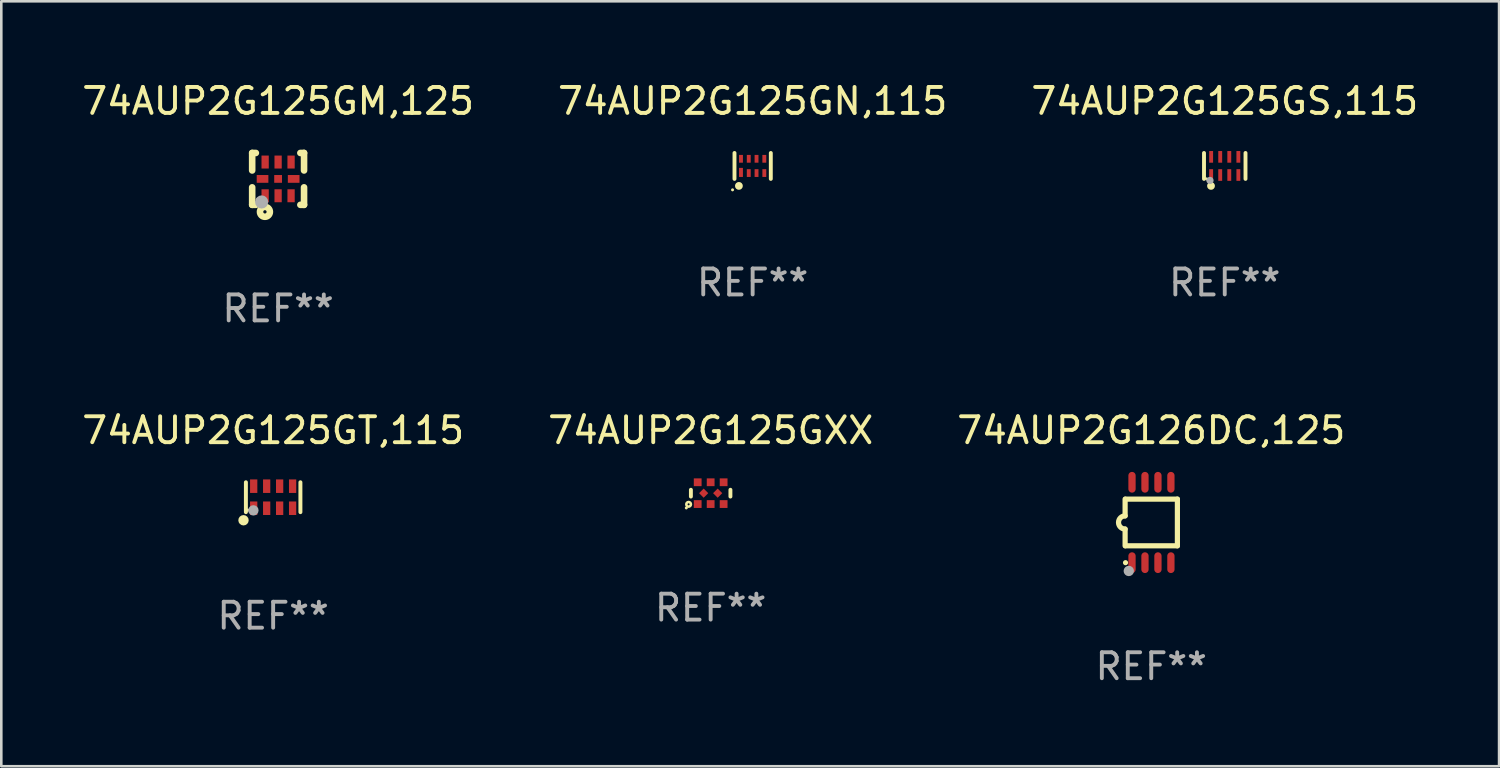
<source format=kicad_pcb>
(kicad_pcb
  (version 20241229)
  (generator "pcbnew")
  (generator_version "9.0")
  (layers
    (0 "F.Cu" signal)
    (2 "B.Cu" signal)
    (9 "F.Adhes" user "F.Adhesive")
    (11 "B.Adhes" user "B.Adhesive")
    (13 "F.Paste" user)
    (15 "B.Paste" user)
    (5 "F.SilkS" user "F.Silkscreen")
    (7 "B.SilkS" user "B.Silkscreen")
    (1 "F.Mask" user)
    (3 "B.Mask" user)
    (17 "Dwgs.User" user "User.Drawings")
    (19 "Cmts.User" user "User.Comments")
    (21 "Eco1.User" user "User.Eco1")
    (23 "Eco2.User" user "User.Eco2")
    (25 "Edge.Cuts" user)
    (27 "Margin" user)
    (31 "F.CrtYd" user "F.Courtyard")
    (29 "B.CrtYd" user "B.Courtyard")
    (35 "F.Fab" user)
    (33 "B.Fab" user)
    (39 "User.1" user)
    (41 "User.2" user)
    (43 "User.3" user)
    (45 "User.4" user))
  (footprint "74AUP2G125GN,115"
    (layer "F.Cu")
    (at 25.97 3.348)
    (property "Reference" "74AUP2G125GN,115" (at 0 -2.5 0) (layer "F.SilkS") (effects (font (size 1 1) (thickness 0.15))))
    (attr through_hole)
    (fp_line (start -0.7 -0.5) (end -0.7 0.5) (stroke (width 0.15) (type solid)) (layer "F.SilkS"))
    (fp_line (start 0.7 -0.5) (end 0.7 0.5) (stroke (width 0.15) (type solid)) (layer "F.SilkS"))
    (fp_circle (center -0.775 0.922) (end -0.745 0.922) (stroke (width 0.06) (type solid)) (fill no) (layer "F.SilkS"))
    (fp_circle (center -0.53 0.77) (end -0.454 0.77) (stroke (width 0.15) (type solid)) (fill no) (layer "F.SilkS"))
    (fp_text user "REF**" (at 0 4.5 0) (layer "F.Fab") (effects (font (size 1 1) (thickness 0.15))))
    (pad "1" smd rect (at -0.45 0.25) (size 0.15 0.35) (layers "F.Cu" "F.Mask" "F.Paste"))
    (pad "2" smd rect (at -0.15 0.275) (size 0.15 0.3) (layers "F.Cu" "F.Mask" "F.Paste"))
    (pad "3" smd rect (at 0.15 0.275) (size 0.15 0.3) (layers "F.Cu" "F.Mask" "F.Paste"))
    (pad "4" smd rect (at 0.45 0.275) (size 0.15 0.3) (layers "F.Cu" "F.Mask" "F.Paste"))
    (pad "5" smd rect (at 0.45 -0.275) (size 0.15 0.3) (layers "F.Cu" "F.Mask" "F.Paste"))
    (pad "6" smd rect (at 0.15 -0.275) (size 0.15 0.3) (layers "F.Cu" "F.Mask" "F.Paste"))
    (pad "7" smd rect (at -0.15 -0.275) (size 0.15 0.3) (layers "F.Cu" "F.Mask" "F.Paste"))
    (pad "8" smd rect (at -0.45 -0.275) (size 0.15 0.3) (layers "F.Cu" "F.Mask" "F.Paste")))
  (footprint "74AUP2G126DC,125"
    (layer "F.Cu")
    (at 41.339 17.095)
    (property "Reference" "74AUP2G126DC,125" (at 0 -3.55 0) (layer "F.SilkS") (effects (font (size 1 1) (thickness 0.15))))
    (attr through_hole)
    (fp_line (start -1.008 -0.254) (end -1.008 -0.9) (stroke (width 0.2) (type solid)) (layer "F.SilkS"))
    (fp_line (start -1.008 0.254) (end -1.008 0.9) (stroke (width 0.2) (type solid)) (layer "F.SilkS"))
    (fp_line (start -0.992 0.9) (end 1.008 0.9) (stroke (width 0.2) (type solid)) (layer "F.SilkS"))
    (fp_line (start 1.008 -0.9) (end -0.992 -0.9) (stroke (width 0.2) (type solid)) (layer "F.SilkS"))
    (fp_line (start 1.008 0.9) (end 1.008 -0.9) (stroke (width 0.2) (type solid)) (layer "F.SilkS"))
    (fp_arc (start -1.008001 0.254001) (mid -1.262002 0) (end -1.008001 -0.254001) (stroke (width 0.2) (type solid)) (layer "F.SilkS"))
    (fp_circle (center -0.992 1.55) (end -0.942 1.55) (stroke (width 0.1) (type solid)) (fill no) (layer "F.SilkS"))
    (fp_circle (center -0.866 1.87) (end -0.766 1.87) (stroke (width 0.2) (type solid)) (fill no) (layer "F.Fab"))
    (fp_text user "REF**" (at 0 5.55 0) (layer "F.Fab") (effects (font (size 1 1) (thickness 0.15))))
    (pad "1" smd oval (at -0.742 1.55 270) (size 0.8 0.28) (layers "F.Cu" "F.Mask" "F.Paste"))
    (pad "2" smd oval (at -0.242 1.55 270) (size 0.8 0.28) (layers "F.Cu" "F.Mask" "F.Paste"))
    (pad "3" smd oval (at 0.258 1.55 270) (size 0.8 0.28) (layers "F.Cu" "F.Mask" "F.Paste"))
    (pad "4" smd oval (at 0.758 1.55 270) (size 0.8 0.28) (layers "F.Cu" "F.Mask" "F.Paste"))
    (pad "5" smd oval (at 0.758 -1.55 270) (size 0.8 0.28) (layers "F.Cu" "F.Mask" "F.Paste"))
    (pad "6" smd oval (at 0.258 -1.55 270) (size 0.8 0.28) (layers "F.Cu" "F.Mask" "F.Paste"))
    (pad "7" smd oval (at -0.242 -1.55 270) (size 0.8 0.28) (layers "F.Cu" "F.Mask" "F.Paste"))
    (pad "8" smd oval (at -0.742 -1.55 270) (size 0.8 0.28) (layers "F.Cu" "F.Mask" "F.Paste")))
  (footprint "74AUP2G125GS,115"
    (layer "F.Cu")
    (at 44.173 3.348)
    (property "Reference" "74AUP2G125GS,115" (at 0 -2.5 0) (layer "F.SilkS") (effects (font (size 1 1) (thickness 0.15))))
    (attr through_hole)
    (fp_line (start -0.8 -0.5) (end -0.8 0.5) (stroke (width 0.15) (type solid)) (layer "F.SilkS"))
    (fp_line (start 0.8 -0.5) (end 0.8 0.5) (stroke (width 0.15) (type solid)) (layer "F.SilkS"))
    (fp_circle (center -0.7 0.5) (end -0.67 0.5) (stroke (width 0.06) (type solid)) (fill no) (layer "F.SilkS"))
    (fp_circle (center -0.53 0.77) (end -0.454 0.77) (stroke (width 0.15) (type solid)) (fill no) (layer "F.SilkS"))
    (fp_circle (center -0.57 0.56) (end -0.5 0.56) (stroke (width 0.14) (type solid)) (fill no) (layer "F.Fab"))
    (fp_text user "REF**" (at 0 4.5 0) (layer "F.Fab") (effects (font (size 1 1) (thickness 0.15))))
    (pad "1" smd rect (at -0.525 0.35) (size 0.15 0.45) (layers "F.Cu" "F.Mask" "F.Paste"))
    (pad "2" smd rect (at -0.175 0.35) (size 0.15 0.45) (layers "F.Cu" "F.Mask" "F.Paste"))
    (pad "3" smd rect (at 0.175 0.35) (size 0.15 0.45) (layers "F.Cu" "F.Mask" "F.Paste"))
    (pad "4" smd rect (at 0.525 0.35) (size 0.15 0.45) (layers "F.Cu" "F.Mask" "F.Paste"))
    (pad "5" smd rect (at 0.525 -0.35) (size 0.15 0.45) (layers "F.Cu" "F.Mask" "F.Paste"))
    (pad "6" smd rect (at 0.175 -0.35) (size 0.15 0.45) (layers "F.Cu" "F.Mask" "F.Paste"))
    (pad "7" smd rect (at -0.175 -0.35) (size 0.15 0.45) (layers "F.Cu" "F.Mask" "F.Paste"))
    (pad "8" smd rect (at -0.525 -0.35) (size 0.15 0.45) (layers "F.Cu" "F.Mask" "F.Paste")))
  (footprint "74AUP2G125GXX"
    (layer "F.Cu")
    (at 24.351 15.965)
    (property "Reference" "74AUP2G125GXX" (at 0 -2.42 0) (layer "F.SilkS") (effects (font (size 1 1) (thickness 0.15))))
    (attr through_hole)
    (fp_line (start -0.762 -0.131) (end -0.762 0.131) (stroke (width 0.15) (type solid)) (layer "F.SilkS"))
    (fp_line (start 0.762 -0.131) (end 0.762 0.131) (stroke (width 0.15) (type solid)) (layer "F.SilkS"))
    (fp_circle (center -0.939 0.57) (end -0.909 0.57) (stroke (width 0.06) (type solid)) (fill no) (layer "F.SilkS"))
    (fp_circle (center -0.85 0.43) (end -0.811 0.43) (stroke (width 0.1) (type solid)) (fill no) (layer "F.SilkS"))
    (fp_text user "REF**" (at 0 4.42 0) (layer "F.Fab") (effects (font (size 1 1) (thickness 0.15))))
    (pad "1" smd rect (at -0.5 0.42) (size 0.3 0.3) (layers "F.Cu" "F.Mask" "F.Paste"))
    (pad "2" smd rect (at 0.000127 0.42) (size 0.3 0.3) (layers "F.Cu" "F.Mask" "F.Paste"))
    (pad "3" smd rect (at 0.5 0.42) (size 0.3 0.3) (layers "F.Cu" "F.Mask" "F.Paste"))
    (pad "4" smd rect (at 0.27 0 45) (size 0.25 0.25) (layers "F.Cu" "F.Mask" "F.Paste"))
    (pad "5" smd rect (at 0.5 -0.42) (size 0.3 0.3) (layers "F.Cu" "F.Mask" "F.Paste"))
    (pad "6" smd rect (at 0.000127 -0.42) (size 0.3 0.3) (layers "F.Cu" "F.Mask" "F.Paste"))
    (pad "7" smd rect (at -0.5 -0.42) (size 0.3 0.3) (layers "F.Cu" "F.Mask" "F.Paste"))
    (pad "8" smd rect (at -0.27 0 45) (size 0.25 0.25) (layers "F.Cu" "F.Mask" "F.Paste")))
  (footprint "74AUP2G125GT,115"
    (layer "F.Cu")
    (at 7.482 16.121)
    (property "Reference" "74AUP2G125GT,115" (at 0 -2.576 0) (layer "F.SilkS") (effects (font (size 1 1) (thickness 0.15))))
    (attr through_hole)
    (fp_line (start -1.051 0.576) (end -1.051 -0.576) (stroke (width 0.152) (type solid)) (layer "F.SilkS"))
    (fp_line (start 1.051 -0.576) (end 1.051 0.576) (stroke (width 0.152) (type solid)) (layer "F.SilkS"))
    (fp_circle (center -1.143 0.889) (end -1.043 0.889) (stroke (width 0.2) (type solid)) (fill no) (layer "F.SilkS"))
    (fp_circle (center -0.975 0.5) (end -0.945 0.5) (stroke (width 0.06) (type solid)) (fill no) (layer "F.SilkS"))
    (fp_circle (center -0.762 0.508) (end -0.662 0.508) (stroke (width 0.2) (type solid)) (fill no) (layer "F.Fab"))
    (fp_text user "REF**" (at 0 4.576 0) (layer "F.Fab") (effects (font (size 1 1) (thickness 0.15))))
    (pad "1" smd rect (at -0.75 0.425) (size 0.28 0.521) (layers "F.Cu" "F.Mask" "F.Paste"))
    (pad "2" smd rect (at -0.25 0.425) (size 0.28 0.521) (layers "F.Cu" "F.Mask" "F.Paste"))
    (pad "3" smd rect (at 0.25 0.425) (size 0.28 0.521) (layers "F.Cu" "F.Mask" "F.Paste"))
    (pad "4" smd rect (at 0.75 0.425) (size 0.28 0.521) (layers "F.Cu" "F.Mask" "F.Paste"))
    (pad "5" smd rect (at 0.75 -0.425) (size 0.28 0.521) (layers "F.Cu" "F.Mask" "F.Paste"))
    (pad "6" smd rect (at 0.25 -0.425) (size 0.28 0.521) (layers "F.Cu" "F.Mask" "F.Paste"))
    (pad "7" smd rect (at -0.25 -0.425) (size 0.28 0.521) (layers "F.Cu" "F.Mask" "F.Paste"))
    (pad "8" smd rect (at -0.75 -0.425) (size 0.28 0.521) (layers "F.Cu" "F.Mask" "F.Paste")))
  (footprint "74AUP2G125GM,125"
    (layer "F.Cu")
    (at 7.673 3.848)
    (property "Reference" "74AUP2G125GM,125" (at 0 -3 0) (layer "F.SilkS") (effects (font (size 1 1) (thickness 0.15))))
    (attr through_hole)
    (fp_line (start -1 -1) (end -0.858 -1) (stroke (width 0.254) (type solid)) (layer "F.SilkS"))
    (fp_line (start -1 -0.325) (end -1 -1) (stroke (width 0.254) (type solid)) (layer "F.SilkS"))
    (fp_line (start -1 1) (end -1 0.325) (stroke (width 0.254) (type solid)) (layer "F.SilkS"))
    (fp_line (start -0.858 1) (end -1 1) (stroke (width 0.254) (type solid)) (layer "F.SilkS"))
    (fp_line (start 0.858 -1) (end 1 -1) (stroke (width 0.254) (type solid)) (layer "F.SilkS"))
    (fp_line (start 1 -1) (end 1 -0.325) (stroke (width 0.254) (type solid)) (layer "F.SilkS"))
    (fp_line (start 1 0.325) (end 1 1) (stroke (width 0.254) (type solid)) (layer "F.SilkS"))
    (fp_line (start 1 1) (end 0.858 1) (stroke (width 0.254) (type solid)) (layer "F.SilkS"))
    (fp_circle (center -0.8 0.8) (end -0.77 0.8) (stroke (width 0.06) (type solid)) (fill no) (layer "F.SilkS"))
    (fp_circle (center -0.508 1.27) (end -0.444 1.27) (stroke (width 0.254) (type solid)) (fill no) (layer "F.SilkS"))
    (fp_circle (center -0.635 0.889) (end -0.508 0.889) (stroke (width 0.254) (type solid)) (fill no) (layer "F.Fab"))
    (fp_text user "REF**" (at 0 5 0) (layer "F.Fab") (effects (font (size 1 1) (thickness 0.15))))
    (pad "1" smd rect (at -0.5 0.65 90) (size 0.5 0.28) (layers "F.Cu" "F.Mask" "F.Paste"))
    (pad "2" smd rect (at 0.000013 0.65 90) (size 0.5 0.28) (layers "F.Cu" "F.Mask" "F.Paste"))
    (pad "3" smd rect (at 0.5 0.65 90) (size 0.5 0.28) (layers "F.Cu" "F.Mask" "F.Paste"))
    (pad "4" smd rect (at 0.6 0.000076 180) (size 0.45 0.3) (layers "F.Cu" "F.Mask" "F.Paste"))
    (pad "5" smd rect (at 0.5 -0.65 90) (size 0.5 0.28) (layers "F.Cu" "F.Mask" "F.Paste"))
    (pad "6" smd rect (at 0.000013 -0.65 90) (size 0.5 0.28) (layers "F.Cu" "F.Mask" "F.Paste"))
    (pad "7" smd rect (at -0.5 -0.65 90) (size 0.5 0.28) (layers "F.Cu" "F.Mask" "F.Paste"))
    (pad "8" smd rect (at -0.6 0.000076 180) (size 0.45 0.3) (layers "F.Cu" "F.Mask" "F.Paste"))
    (pad "9" smd rect (at 0.000013 0.000076 180) (size 0.3 0.3) (layers "F.Cu" "F.Mask" "F.Paste")))
  (gr_rect
    (start -3 -3)
    (end 54.75 26.493)
    (stroke (width 0.1) (type default))
    (fill no)
    (layer "Edge.Cuts")))
</source>
